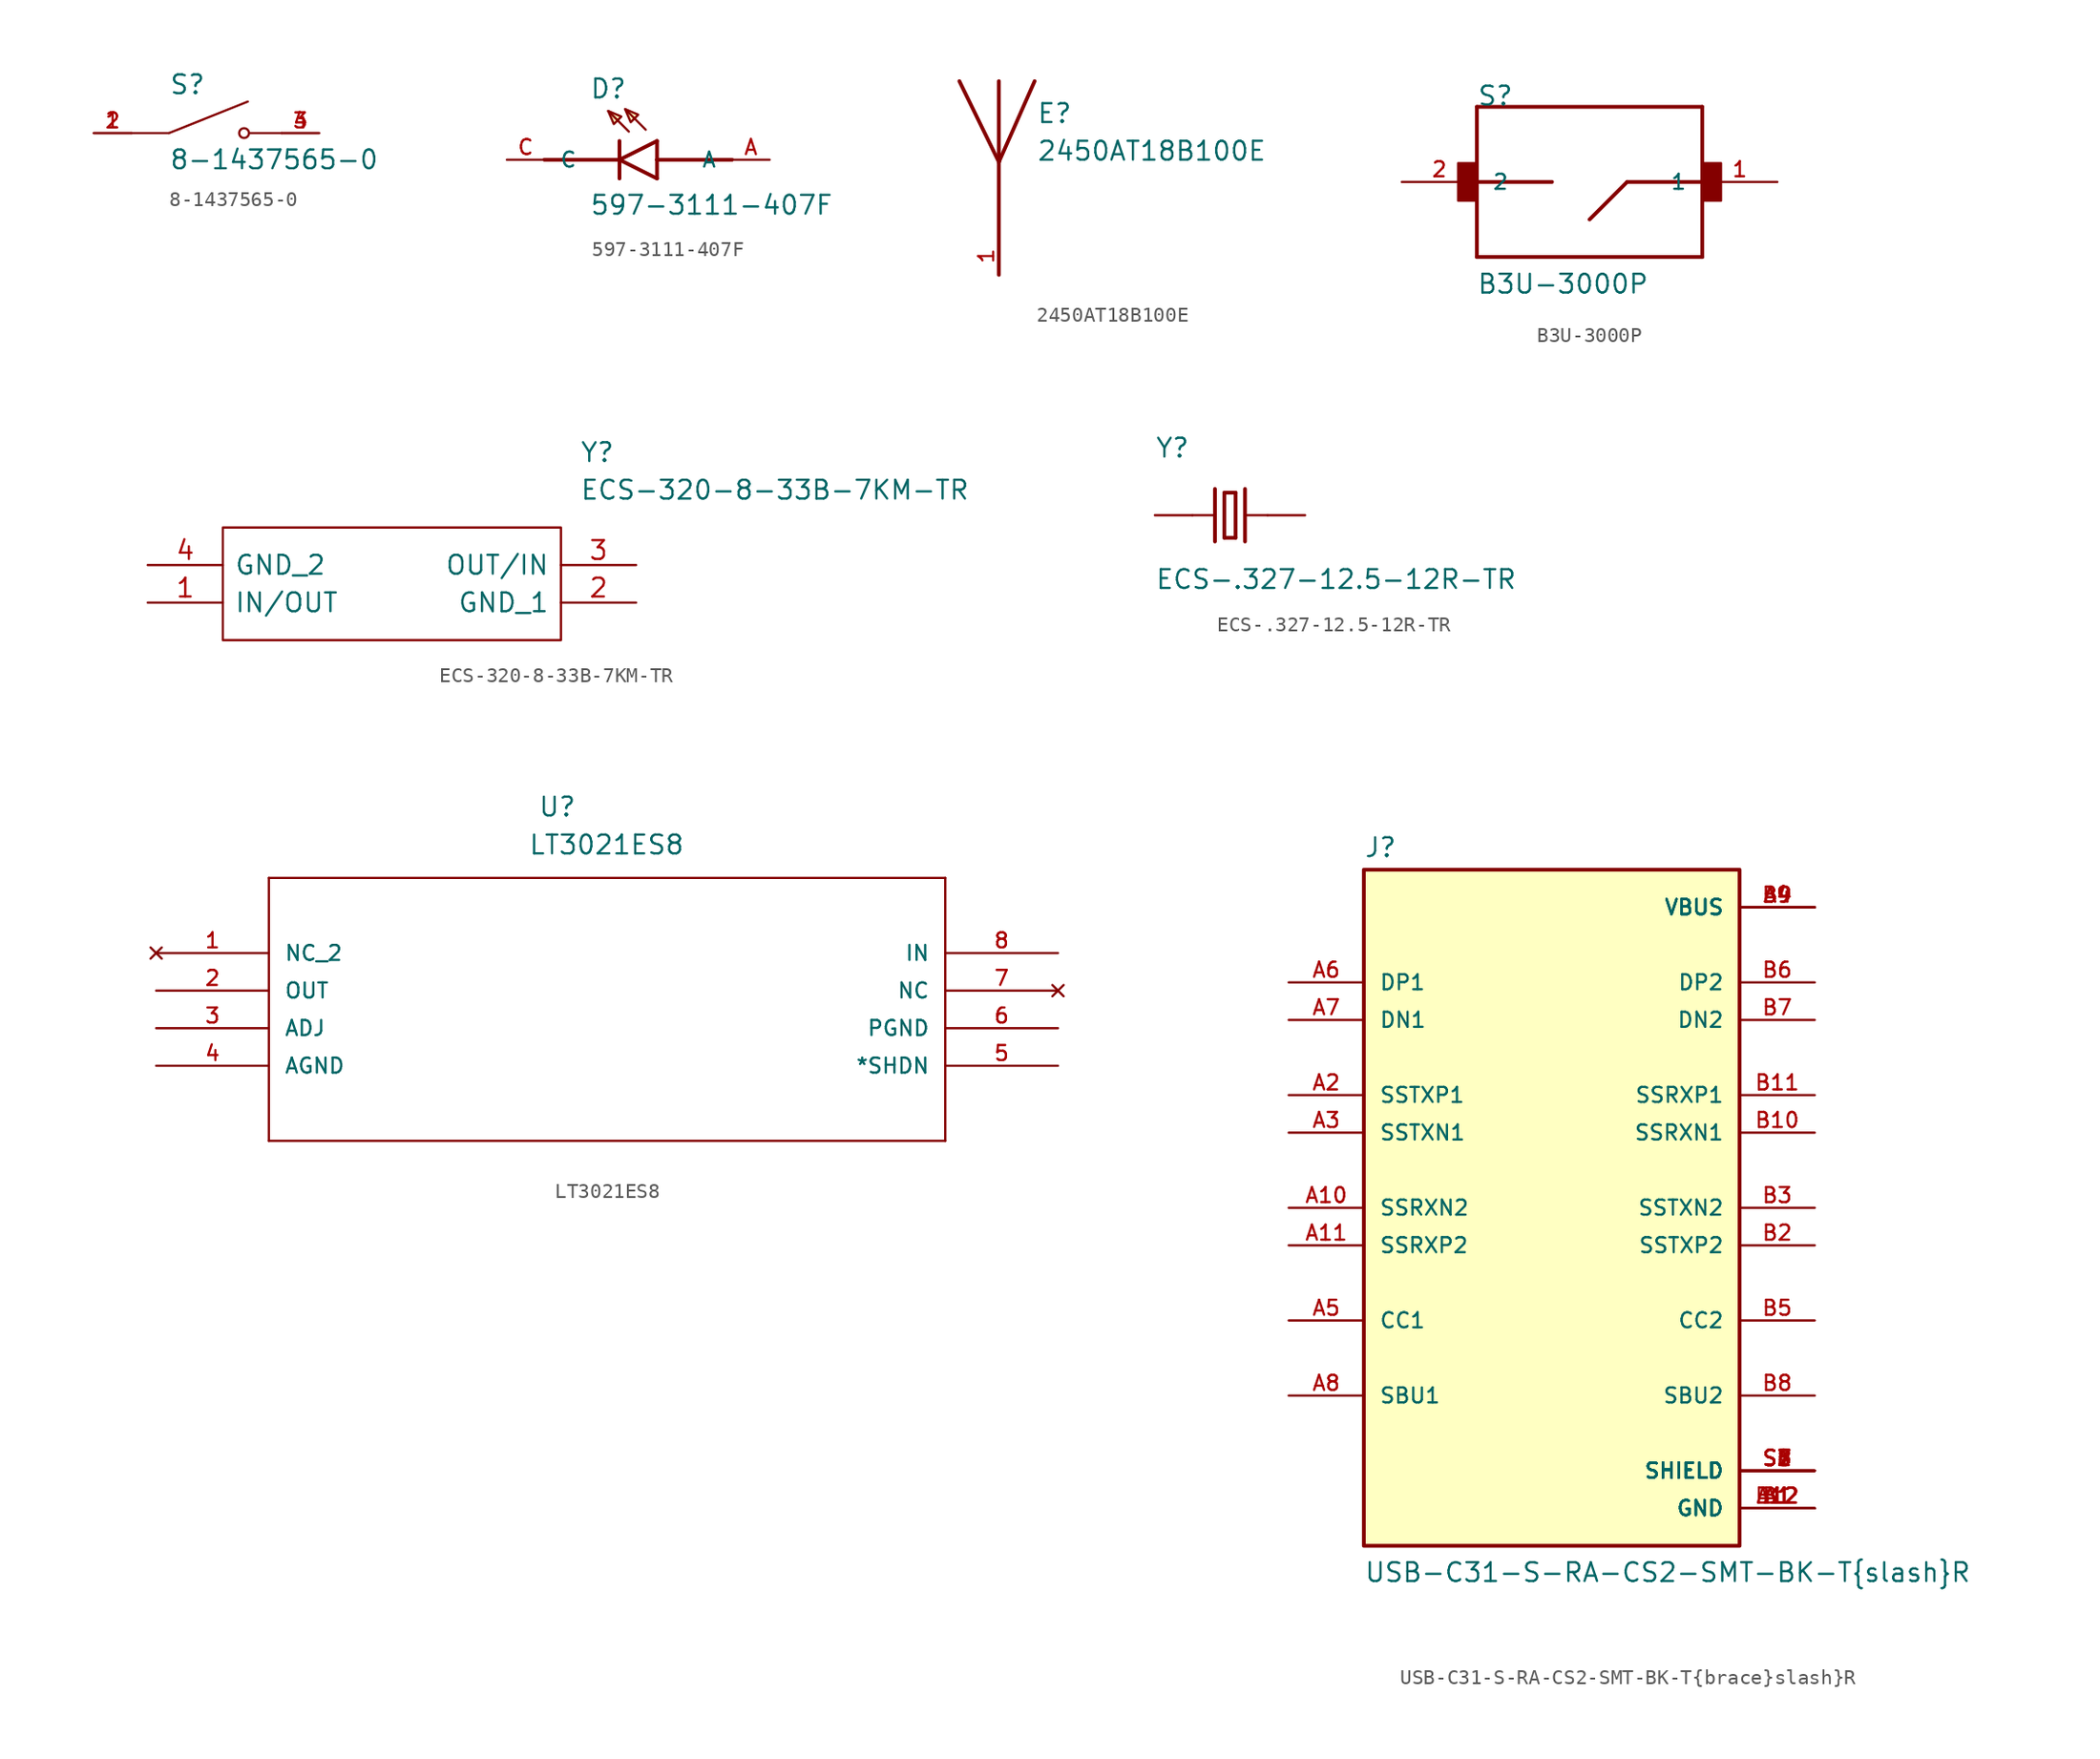
<source format=kicad_sym>
(kicad_symbol_lib
  (version 20211014)
  (generator kicad_symbol_editor)
  (symbol "8-1437565-0"
    (pin_names
      (offset 1.016) hide)
    (property "Reference" "S"
      (at -2.54 2.54 0)
      (effects (font (size 1.27 1.27)) (justify left bottom)))
    (property "Value" "8-1437565-0"
      (at -2.54 -2.54 0)
      (effects (font (size 1.27 1.27)) (justify left bottom)))
    (property "ki_locked" ""
      (at 0 0 0)
      (effects (font (size 1.27 1.27))))
    (symbol "8-1437565-0_0_0"
      (polyline (pts (xy -2.54 0) (xy -5.08 0)) (stroke (width 0.152) (type default) (color 0 0 0 0)) (fill (type none)))
      (polyline (pts (xy -2.54 0) (xy 2.794 2.134)) (stroke (width 0.152) (type default) (color 0 0 0 0)) (fill (type none)))
      (polyline (pts (xy 5.08 0) (xy 2.921 0)) (stroke (width 0.152) (type default) (color 0 0 0 0)) (fill (type none)))
      (circle (center 2.54 0) (radius 0.33) (stroke (width 0.152) (type default) (color 0 0 0 0)) (fill (type none)))
      (pin passive line (at -7.62 0 0) (length 2.54) (name "~" (effects (font (size 1.016 1.016)))) (number "1" (effects (font (size 1.016 1.016)))))
      (pin passive line (at -7.62 0 0) (length 2.54) (name "~" (effects (font (size 1.016 1.016)))) (number "2" (effects (font (size 1.016 1.016)))))
      (pin passive line (at 7.62 0 180) (length 2.54) (name "~" (effects (font (size 1.016 1.016)))) (number "3" (effects (font (size 1.016 1.016)))))
      (pin passive line (at 7.62 0 180) (length 2.54) (name "~" (effects (font (size 1.016 1.016)))) (number "4" (effects (font (size 1.016 1.016)))))))
  (symbol "597-3111-407F"
    (pin_names
      (offset 1.016))
    (property "Reference" "D"
      (at -2.032 4.064 0)
      (effects (font (size 1.27 1.27)) (justify left bottom)))
    (property "Value" "597-3111-407F"
      (at -2.032 -3.81 0)
      (effects (font (size 1.27 1.27)) (justify left bottom)))
    (property "ki_locked" ""
      (at 0 0 0)
      (effects (font (size 1.27 1.27))))
    (symbol "597-3111-407F_0_0"
      (polyline (pts (xy -5.08 0) (xy 0 0)) (stroke (width 0.254) (type default) (color 0 0 0 0)) (fill (type none)))
      (polyline (pts (xy 0 -1.27) (xy 0 0)) (stroke (width 0.254) (type default) (color 0 0 0 0)) (fill (type none)))
      (polyline (pts (xy 0 0) (xy 0 1.27)) (stroke (width 0.254) (type default) (color 0 0 0 0)) (fill (type none)))
      (polyline (pts (xy 0 0) (xy 2.54 1.27)) (stroke (width 0.254) (type default) (color 0 0 0 0)) (fill (type none)))
      (polyline (pts (xy 0.635 1.905) (xy -0.762 3.302)) (stroke (width 0.152) (type default) (color 0 0 0 0)) (fill (type none)))
      (polyline (pts (xy 1.778 2.032) (xy 0.381 3.429)) (stroke (width 0.152) (type default) (color 0 0 0 0)) (fill (type none)))
      (polyline (pts (xy 2.54 -1.27) (xy 0 0)) (stroke (width 0.254) (type default) (color 0 0 0 0)) (fill (type none)))
      (polyline (pts (xy 2.54 -1.27) (xy 2.54 0)) (stroke (width 0.254) (type default) (color 0 0 0 0)) (fill (type none)))
      (polyline (pts (xy 2.54 0) (xy 2.54 1.27)) (stroke (width 0.254) (type default) (color 0 0 0 0)) (fill (type none)))
      (polyline (pts (xy 2.54 0) (xy 7.62 0)) (stroke (width 0.254) (type default) (color 0 0 0 0)) (fill (type none)))
      (polyline (pts (xy -0.762 3.302) (xy 0.127 2.921) (xy -0.381 2.413) (xy -0.762 3.302)) (stroke (width 0.152) (type default) (color 0 0 0 0)) (fill (type background)))
      (polyline (pts (xy 0.381 3.429) (xy 1.27 3.048) (xy 0.762 2.54) (xy 0.381 3.429)) (stroke (width 0.152) (type default) (color 0 0 0 0)) (fill (type background)))
      (pin passive line (at 10.16 0 180) (length 2.54) (name "A" (effects (font (size 1.016 1.016)))) (number "A" (effects (font (size 1.016 1.016)))))
      (pin passive line (at -7.62 0 0) (length 2.54) (name "C" (effects (font (size 1.016 1.016)))) (number "C" (effects (font (size 1.016 1.016)))))))
  (symbol "2450AT18B100E"
    (pin_names
      (offset 1.016) hide)
    (property "Reference" "E"
      (at 2.54 5.08 0)
      (effects (font (size 1.27 1.27)) (justify left bottom)))
    (property "Value" "2450AT18B100E"
      (at 2.54 2.54 0)
      (effects (font (size 1.27 1.27)) (justify left bottom)))
    (property "ki_locked" ""
      (at 0 0 0)
      (effects (font (size 1.27 1.27))))
    (symbol "2450AT18B100E_0_0"
      (polyline (pts (xy 0 2.54) (xy -2.667 8.001)) (stroke (width 0.254) (type default) (color 0 0 0 0)) (fill (type none)))
      (polyline (pts (xy 0 2.54) (xy 0 -5.08)) (stroke (width 0.254) (type default) (color 0 0 0 0)) (fill (type none)))
      (polyline (pts (xy 0 8.001) (xy 0 2.54)) (stroke (width 0.254) (type default) (color 0 0 0 0)) (fill (type none)))
      (polyline (pts (xy 2.413 8.001) (xy 0 2.54)) (stroke (width 0.254) (type default) (color 0 0 0 0)) (fill (type none)))
      (pin input line (at 0 -5.08 90) (length 2.54) (name "~" (effects (font (size 1.016 1.016)))) (number "1" (effects (font (size 1.016 1.016)))))))
  (symbol "B3U-3000P"
    (pin_names
      (offset 1.016))
    (property "Reference" "S"
      (at -7.62 5.08 0)
      (effects (font (size 1.27 1.27)) (justify left bottom)))
    (property "Value" "B3U-3000P"
      (at -7.645 -7.645 0)
      (effects (font (size 1.27 1.27)) (justify left bottom)))
    (property "ki_locked" ""
      (at 0 0 0)
      (effects (font (size 1.27 1.27))))
    (symbol "B3U-3000P_0_0"
      (rectangle (start -8.89 -1.27) (end -7.595 1.27) (stroke (width 0) (type default) (color 0 0 0 0)) (fill (type outline)))
      (polyline (pts (xy -7.62 -5.08) (xy 7.62 -5.08)) (stroke (width 0.254) (type default) (color 0 0 0 0)) (fill (type none)))
      (polyline (pts (xy -7.62 0) (xy -7.62 -5.08)) (stroke (width 0.254) (type default) (color 0 0 0 0)) (fill (type none)))
      (polyline (pts (xy -7.62 0) (xy -2.54 0)) (stroke (width 0.254) (type default) (color 0 0 0 0)) (fill (type none)))
      (polyline (pts (xy -7.62 5.08) (xy -7.62 0)) (stroke (width 0.254) (type default) (color 0 0 0 0)) (fill (type none)))
      (polyline (pts (xy 2.54 0) (xy 0 -2.54)) (stroke (width 0.254) (type default) (color 0 0 0 0)) (fill (type none)))
      (polyline (pts (xy 7.62 -5.08) (xy 7.62 0)) (stroke (width 0.254) (type default) (color 0 0 0 0)) (fill (type none)))
      (polyline (pts (xy 7.62 0) (xy 2.54 0)) (stroke (width 0.254) (type default) (color 0 0 0 0)) (fill (type none)))
      (polyline (pts (xy 7.62 0) (xy 7.62 5.08)) (stroke (width 0.254) (type default) (color 0 0 0 0)) (fill (type none)))
      (polyline (pts (xy 7.62 5.08) (xy -7.62 5.08)) (stroke (width 0.254) (type default) (color 0 0 0 0)) (fill (type none)))
      (rectangle (start 7.62 -1.27) (end 8.89 1.27) (stroke (width 0) (type default) (color 0 0 0 0)) (fill (type outline)))
      (pin passive line (at 12.7 0 180) (length 5.08) (name "1" (effects (font (size 1.016 1.016)))) (number "1" (effects (font (size 1.016 1.016)))))
      (pin passive line (at -12.7 0 0) (length 5.08) (name "2" (effects (font (size 1.016 1.016)))) (number "2" (effects (font (size 1.016 1.016)))))))
  (symbol "ECS-320-8-33B-7KM-TR"
    (pin_names
      (offset 0.762))
    (property "Reference" "Y"
      (at 29.21 7.62 0)
      (effects (font (size 1.27 1.27)) (justify left)))
    (property "Value" "ECS-320-8-33B-7KM-TR"
      (at 29.21 5.08 0)
      (effects (font (size 1.27 1.27)) (justify left)))
    (symbol "ECS-320-8-33B-7KM-TR_0_0"
      (pin passive line (at 0 -2.54 0) (length 5.08) (name "IN/OUT" (effects (font (size 1.27 1.27)))) (number "1" (effects (font (size 1.27 1.27)))))
      (pin passive line (at 33.02 -2.54 180) (length 5.08) (name "GND_1" (effects (font (size 1.27 1.27)))) (number "2" (effects (font (size 1.27 1.27)))))
      (pin passive line (at 33.02 0 180) (length 5.08) (name "OUT/IN" (effects (font (size 1.27 1.27)))) (number "3" (effects (font (size 1.27 1.27)))))
      (pin passive line (at 0 0 0) (length 5.08) (name "GND_2" (effects (font (size 1.27 1.27)))) (number "4" (effects (font (size 1.27 1.27))))))
    (symbol "ECS-320-8-33B-7KM-TR_0_1"
      (polyline (pts (xy 5.08 2.54) (xy 27.94 2.54) (xy 27.94 -5.08) (xy 5.08 -5.08) (xy 5.08 2.54)) (stroke (width 0.152) (type default) (color 0 0 0 0)) (fill (type none)))))
  (symbol "ECS-.327-12.5-12R-TR"
    (pin_numbers hide)
    (pin_names
      (offset 1.016) hide)
    (property "Reference" "Y"
      (at -5.08 3.81 0)
      (effects (font (size 1.27 1.27)) (justify left bottom)))
    (property "Value" "ECS-.327-12.5-12R-TR"
      (at -5.08 -5.08 0)
      (effects (font (size 1.27 1.27)) (justify left bottom)))
    (property "ki_locked" ""
      (at 0 0 0)
      (effects (font (size 1.27 1.27))))
    (symbol "ECS-.327-12.5-12R-TR_0_0"
      (polyline (pts (xy -2.54 0) (xy -1.016 0)) (stroke (width 0.152) (type default) (color 0 0 0 0)) (fill (type none)))
      (polyline (pts (xy -1.016 1.778) (xy -1.016 -1.778)) (stroke (width 0.254) (type default) (color 0 0 0 0)) (fill (type none)))
      (polyline (pts (xy -0.381 -1.524) (xy 0.381 -1.524)) (stroke (width 0.254) (type default) (color 0 0 0 0)) (fill (type none)))
      (polyline (pts (xy -0.381 1.524) (xy -0.381 -1.524)) (stroke (width 0.254) (type default) (color 0 0 0 0)) (fill (type none)))
      (polyline (pts (xy 0.381 -1.524) (xy 0.381 1.524)) (stroke (width 0.254) (type default) (color 0 0 0 0)) (fill (type none)))
      (polyline (pts (xy 0.381 1.524) (xy -0.381 1.524)) (stroke (width 0.254) (type default) (color 0 0 0 0)) (fill (type none)))
      (polyline (pts (xy 1.016 0) (xy 2.54 0)) (stroke (width 0.152) (type default) (color 0 0 0 0)) (fill (type none)))
      (polyline (pts (xy 1.016 1.778) (xy 1.016 -1.778)) (stroke (width 0.254) (type default) (color 0 0 0 0)) (fill (type none)))
      (pin passive line (at -5.08 0 0) (length 2.54) (name "~" (effects (font (size 1.016 1.016)))) (number "1" (effects (font (size 1.016 1.016)))))
      (pin passive line (at 5.08 0 180) (length 2.54) (name "~" (effects (font (size 1.016 1.016)))) (number "2" (effects (font (size 1.016 1.016)))))))
  (symbol "LT3021ES8"
    (pin_names
      (offset 1.016))
    (property "Reference" "U"
      (at 25.806 9.144 0)
      (effects (font (size 1.27 1.27)) (justify left bottom)))
    (property "Value" "LT3021ES8"
      (at 25.146 6.579 0)
      (effects (font (size 1.27 1.27)) (justify left bottom)))
    (property "ki_locked" ""
      (at 0 0 0)
      (effects (font (size 1.27 1.27))))
    (symbol "LT3021ES8_0_0"
      (polyline (pts (xy 7.62 -12.7) (xy 53.34 -12.7)) (stroke (width 0.152) (type default) (color 0 0 0 0)) (fill (type none)))
      (polyline (pts (xy 7.62 5.08) (xy 7.62 -12.7)) (stroke (width 0.152) (type default) (color 0 0 0 0)) (fill (type none)))
      (polyline (pts (xy 53.34 -12.7) (xy 53.34 5.08)) (stroke (width 0.152) (type default) (color 0 0 0 0)) (fill (type none)))
      (polyline (pts (xy 53.34 5.08) (xy 7.62 5.08)) (stroke (width 0.152) (type default) (color 0 0 0 0)) (fill (type none)))
      (pin no_connect line (at 0 0 0) (length 7.62) (name "NC_2" (effects (font (size 1.016 1.016)))) (number "1" (effects (font (size 1.016 1.016)))))
      (pin output line (at 0 -2.54 0) (length 7.62) (name "OUT" (effects (font (size 1.016 1.016)))) (number "2" (effects (font (size 1.016 1.016)))))
      (pin input line (at 0 -5.08 0) (length 7.62) (name "ADJ" (effects (font (size 1.016 1.016)))) (number "3" (effects (font (size 1.016 1.016)))))
      (pin power_in line (at 0 -7.62 0) (length 7.62) (name "AGND" (effects (font (size 1.016 1.016)))) (number "4" (effects (font (size 1.016 1.016)))))
      (pin passive line (at 60.96 -7.62 180) (length 7.62) (name "*SHDN" (effects (font (size 1.016 1.016)))) (number "5" (effects (font (size 1.016 1.016)))))
      (pin power_in line (at 60.96 -5.08 180) (length 7.62) (name "PGND" (effects (font (size 1.016 1.016)))) (number "6" (effects (font (size 1.016 1.016)))))
      (pin no_connect line (at 60.96 -2.54 180) (length 7.62) (name "NC" (effects (font (size 1.016 1.016)))) (number "7" (effects (font (size 1.016 1.016)))))
      (pin input line (at 60.96 0 180) (length 7.62) (name "IN" (effects (font (size 1.016 1.016)))) (number "8" (effects (font (size 1.016 1.016)))))))
  (symbol "USB-C31-S-RA-CS2-SMT-BK-T{brace}slash}R"
    (pin_names
      (offset 1.016))
    (property "Reference" "J"
      (at -12.7 23.622 0)
      (effects (font (size 1.27 1.27)) (justify left bottom)))
    (property "Value" "USB-C31-S-RA-CS2-SMT-BK-T{brace}slash}R"
      (at -12.7 -25.4 0)
      (effects (font (size 1.27 1.27)) (justify left bottom)))
    (property "ki_locked" ""
      (at 0 0 0)
      (effects (font (size 1.27 1.27))))
    (symbol "USB-C31-S-RA-CS2-SMT-BK-T{brace}slash}R_0_0"
      (rectangle (start -12.7 -22.86) (end 12.7 22.86) (stroke (width 0.254) (type default) (color 0 0 0 0)) (fill (type background)))
      (pin power_in line (at 17.78 -20.32 180) (length 5.08) (name "GND" (effects (font (size 1.016 1.016)))) (number "A1" (effects (font (size 1.016 1.016)))))
      (pin bidirectional line (at -17.78 0 0) (length 5.08) (name "SSRXN2" (effects (font (size 1.016 1.016)))) (number "A10" (effects (font (size 1.016 1.016)))))
      (pin bidirectional line (at -17.78 -2.54 0) (length 5.08) (name "SSRXP2" (effects (font (size 1.016 1.016)))) (number "A11" (effects (font (size 1.016 1.016)))))
      (pin power_in line (at 17.78 -20.32 180) (length 5.08) (name "GND" (effects (font (size 1.016 1.016)))) (number "A12" (effects (font (size 1.016 1.016)))))
      (pin bidirectional line (at -17.78 7.62 0) (length 5.08) (name "SSTXP1" (effects (font (size 1.016 1.016)))) (number "A2" (effects (font (size 1.016 1.016)))))
      (pin bidirectional line (at -17.78 5.08 0) (length 5.08) (name "SSTXN1" (effects (font (size 1.016 1.016)))) (number "A3" (effects (font (size 1.016 1.016)))))
      (pin power_in line (at 17.78 20.32 180) (length 5.08) (name "VBUS" (effects (font (size 1.016 1.016)))) (number "A4" (effects (font (size 1.016 1.016)))))
      (pin passive line (at -17.78 -7.62 0) (length 5.08) (name "CC1" (effects (font (size 1.016 1.016)))) (number "A5" (effects (font (size 1.016 1.016)))))
      (pin bidirectional line (at -17.78 15.24 0) (length 5.08) (name "DP1" (effects (font (size 1.016 1.016)))) (number "A6" (effects (font (size 1.016 1.016)))))
      (pin bidirectional line (at -17.78 12.7 0) (length 5.08) (name "DN1" (effects (font (size 1.016 1.016)))) (number "A7" (effects (font (size 1.016 1.016)))))
      (pin passive line (at -17.78 -12.7 0) (length 5.08) (name "SBU1" (effects (font (size 1.016 1.016)))) (number "A8" (effects (font (size 1.016 1.016)))))
      (pin power_in line (at 17.78 20.32 180) (length 5.08) (name "VBUS" (effects (font (size 1.016 1.016)))) (number "A9" (effects (font (size 1.016 1.016)))))
      (pin power_in line (at 17.78 -20.32 180) (length 5.08) (name "GND" (effects (font (size 1.016 1.016)))) (number "B1" (effects (font (size 1.016 1.016)))))
      (pin bidirectional line (at 17.78 5.08 180) (length 5.08) (name "SSRXN1" (effects (font (size 1.016 1.016)))) (number "B10" (effects (font (size 1.016 1.016)))))
      (pin bidirectional line (at 17.78 7.62 180) (length 5.08) (name "SSRXP1" (effects (font (size 1.016 1.016)))) (number "B11" (effects (font (size 1.016 1.016)))))
      (pin power_in line (at 17.78 -20.32 180) (length 5.08) (name "GND" (effects (font (size 1.016 1.016)))) (number "B12" (effects (font (size 1.016 1.016)))))
      (pin bidirectional line (at 17.78 -2.54 180) (length 5.08) (name "SSTXP2" (effects (font (size 1.016 1.016)))) (number "B2" (effects (font (size 1.016 1.016)))))
      (pin bidirectional line (at 17.78 0 180) (length 5.08) (name "SSTXN2" (effects (font (size 1.016 1.016)))) (number "B3" (effects (font (size 1.016 1.016)))))
      (pin power_in line (at 17.78 20.32 180) (length 5.08) (name "VBUS" (effects (font (size 1.016 1.016)))) (number "B4" (effects (font (size 1.016 1.016)))))
      (pin passive line (at 17.78 -7.62 180) (length 5.08) (name "CC2" (effects (font (size 1.016 1.016)))) (number "B5" (effects (font (size 1.016 1.016)))))
      (pin bidirectional line (at 17.78 15.24 180) (length 5.08) (name "DP2" (effects (font (size 1.016 1.016)))) (number "B6" (effects (font (size 1.016 1.016)))))
      (pin bidirectional line (at 17.78 12.7 180) (length 5.08) (name "DN2" (effects (font (size 1.016 1.016)))) (number "B7" (effects (font (size 1.016 1.016)))))
      (pin passive line (at 17.78 -12.7 180) (length 5.08) (name "SBU2" (effects (font (size 1.016 1.016)))) (number "B8" (effects (font (size 1.016 1.016)))))
      (pin power_in line (at 17.78 20.32 180) (length 5.08) (name "VBUS" (effects (font (size 1.016 1.016)))) (number "B9" (effects (font (size 1.016 1.016)))))
      (pin passive line (at 17.78 -17.78 180) (length 5.08) (name "SHIELD" (effects (font (size 1.016 1.016)))) (number "S1" (effects (font (size 1.016 1.016)))))
      (pin passive line (at 17.78 -17.78 180) (length 5.08) (name "SHIELD" (effects (font (size 1.016 1.016)))) (number "S2" (effects (font (size 1.016 1.016)))))
      (pin passive line (at 17.78 -17.78 180) (length 5.08) (name "SHIELD" (effects (font (size 1.016 1.016)))) (number "S3" (effects (font (size 1.016 1.016)))))
      (pin passive line (at 17.78 -17.78 180) (length 5.08) (name "SHIELD" (effects (font (size 1.016 1.016)))) (number "S4" (effects (font (size 1.016 1.016)))))
      (pin passive line (at 17.78 -17.78 180) (length 5.08) (name "SHIELD" (effects (font (size 1.016 1.016)))) (number "S5" (effects (font (size 1.016 1.016)))))
      (pin passive line (at 17.78 -17.78 180) (length 5.08) (name "SHIELD" (effects (font (size 1.016 1.016)))) (number "S6" (effects (font (size 1.016 1.016)))))
      (pin passive line (at 17.78 -17.78 180) (length 5.08) (name "SHIELD" (effects (font (size 1.016 1.016)))) (number "S7" (effects (font (size 1.016 1.016)))))
      (pin passive line (at 17.78 -17.78 180) (length 5.08) (name "SHIELD" (effects (font (size 1.016 1.016)))) (number "S8" (effects (font (size 1.016 1.016))))))))
</source>
